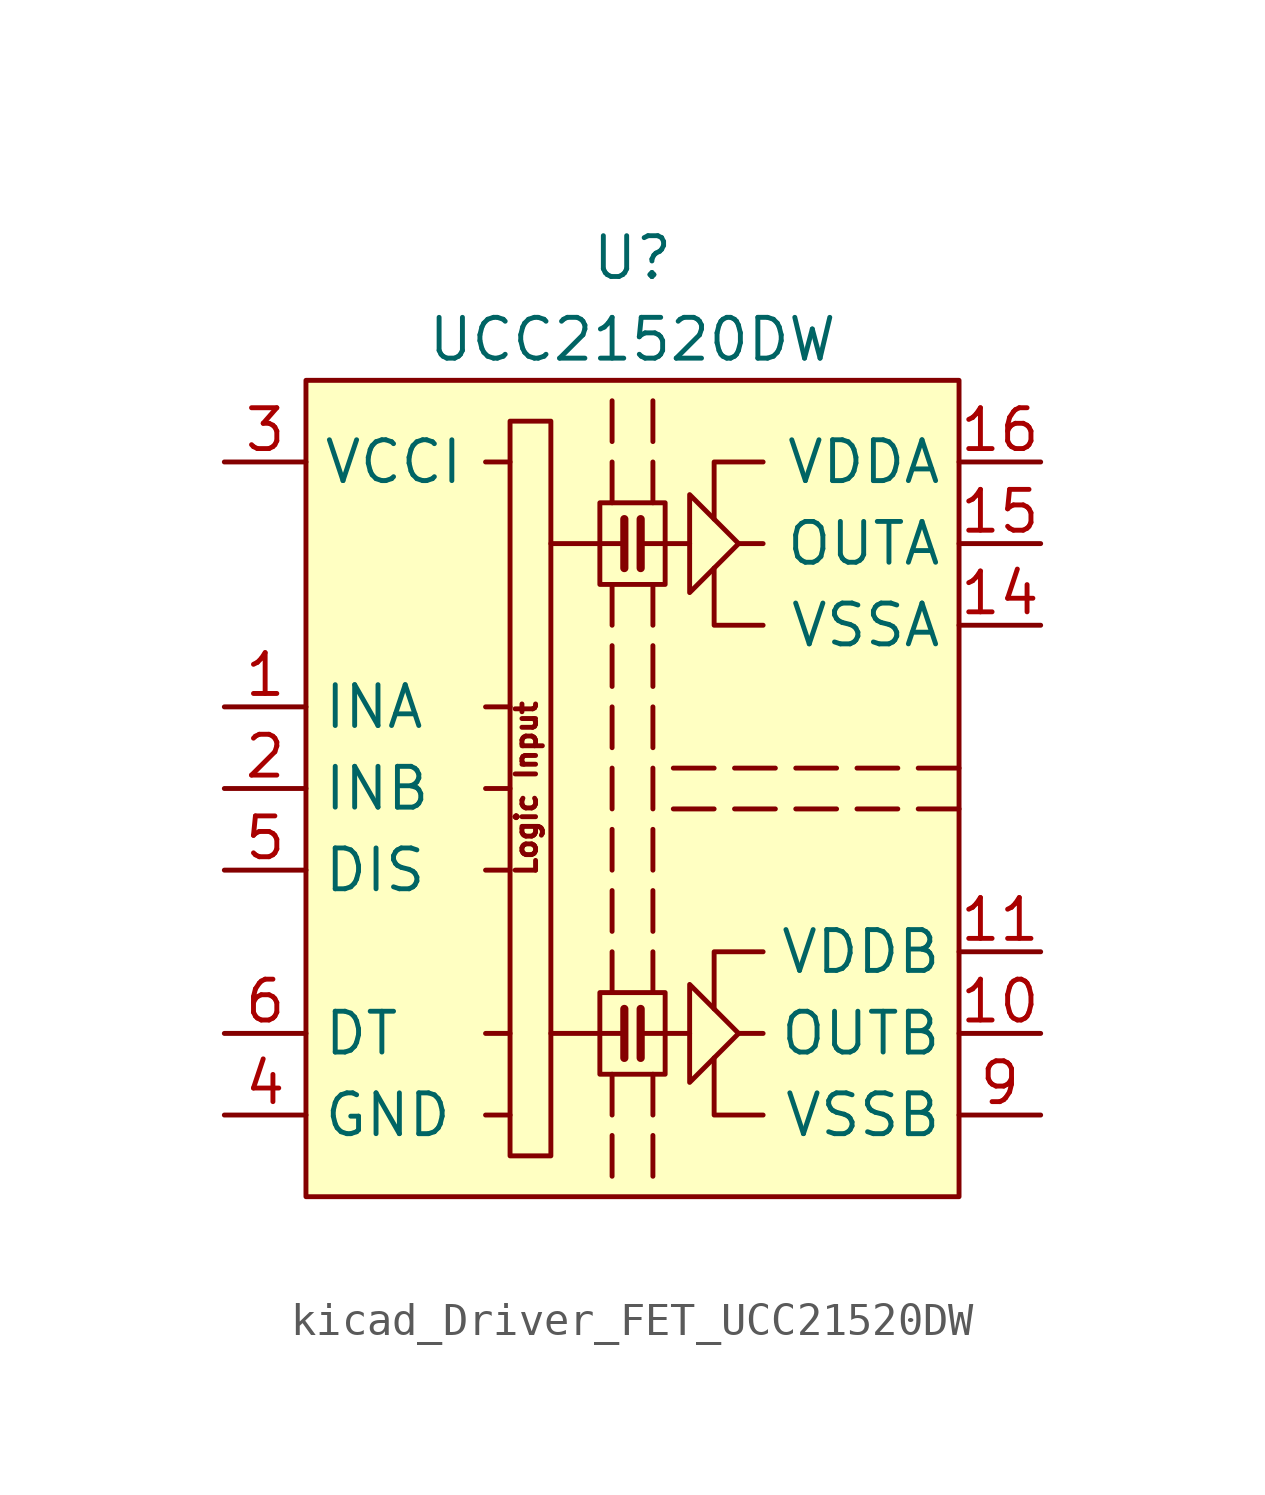
<source format=kicad_sym>
(kicad_symbol_lib
  (version 20220914)
  (generator kicad_symbol_editor)
  (symbol "kicad_Driver_FET_UCC21520DW"
    (property "Reference" "U"
      (at 0 16.51 0)
      (effects (font (size 1.27 1.27))))
    (property "Value" "UCC21520DW"
      (at 0 13.97 0)
      (effects (font (size 1.27 1.27))))
    (symbol "kicad_Driver_FET_UCC21520DW_0_0"
      (polyline (pts (xy -0.635 6.35) (xy -0.635 5.08)) (stroke (width 0) (type default)) (fill (type none)))
      (polyline (pts (xy -0.635 10.16) (xy -0.635 8.89)) (stroke (width 0) (type default)) (fill (type none)))
      (polyline (pts (xy -0.635 12.065) (xy -0.635 10.795)) (stroke (width 0) (type default)) (fill (type none)))
      (polyline (pts (xy -0.254 -7.62) (xy -2.54 -7.62)) (stroke (width 0) (type default)) (fill (type none)))
      (polyline (pts (xy -0.254 -6.858) (xy -0.254 -8.382)) (stroke (width 0.254) (type default)) (fill (type none)))
      (polyline (pts (xy -0.254 7.62) (xy -2.54 7.62)) (stroke (width 0) (type default)) (fill (type none)))
      (polyline (pts (xy -0.254 8.382) (xy -0.254 6.858)) (stroke (width 0.254) (type default)) (fill (type none)))
      (polyline (pts (xy 0.254 -7.62) (xy 1.778 -7.62)) (stroke (width 0) (type default)) (fill (type none)))
      (polyline (pts (xy 0.254 -6.858) (xy 0.254 -8.382)) (stroke (width 0.254) (type default)) (fill (type none)))
      (polyline (pts (xy 0.254 7.62) (xy 1.778 7.62)) (stroke (width 0) (type default)) (fill (type none)))
      (polyline (pts (xy 0.254 8.382) (xy 0.254 6.858)) (stroke (width 0.254) (type default)) (fill (type none)))
      (polyline (pts (xy 0.635 6.35) (xy 0.635 5.08)) (stroke (width 0) (type default)) (fill (type none)))
      (polyline (pts (xy 0.635 8.89) (xy 0.635 10.16)) (stroke (width 0) (type default)) (fill (type none)))
      (polyline (pts (xy 0.635 10.795) (xy 0.635 12.065)) (stroke (width 0) (type default)) (fill (type none)))
      (polyline (pts (xy 2.54 -0.635) (xy 1.27 -0.635)) (stroke (width 0) (type default)) (fill (type none)))
      (polyline (pts (xy 2.54 0.635) (xy 1.27 0.635)) (stroke (width 0) (type default)) (fill (type none)))
      (polyline (pts (xy 4.064 -7.62) (xy 3.302 -7.62)) (stroke (width 0) (type default)) (fill (type none)))
      (polyline (pts (xy 4.064 7.62) (xy 3.302 7.62)) (stroke (width 0) (type default)) (fill (type none)))
      (polyline (pts (xy 4.445 -0.635) (xy 3.175 -0.635)) (stroke (width 0) (type default)) (fill (type none)))
      (polyline (pts (xy 4.445 0.635) (xy 3.175 0.635)) (stroke (width 0) (type default)) (fill (type none)))
      (polyline (pts (xy 6.35 -0.635) (xy 5.08 -0.635)) (stroke (width 0) (type default)) (fill (type none)))
      (polyline (pts (xy 6.35 0.635) (xy 5.08 0.635)) (stroke (width 0) (type default)) (fill (type none)))
      (polyline (pts (xy 8.255 -0.635) (xy 6.985 -0.635)) (stroke (width 0) (type default)) (fill (type none)))
      (polyline (pts (xy 8.255 0.635) (xy 6.985 0.635)) (stroke (width 0) (type default)) (fill (type none)))
      (polyline (pts (xy 10.16 -0.635) (xy 8.89 -0.635)) (stroke (width 0) (type default)) (fill (type none)))
      (polyline (pts (xy 10.16 0.635) (xy 8.89 0.635)) (stroke (width 0) (type default)) (fill (type none)))
      (polyline (pts (xy 4.064 -10.16) (xy 2.54 -10.16) (xy 2.54 -8.382)) (stroke (width 0) (type default)) (fill (type none)))
      (polyline (pts (xy 4.064 -5.08) (xy 2.54 -5.08) (xy 2.54 -6.858)) (stroke (width 0) (type default)) (fill (type none)))
      (polyline (pts (xy 4.064 5.08) (xy 2.54 5.08) (xy 2.54 6.858)) (stroke (width 0) (type default)) (fill (type none)))
      (polyline (pts (xy 4.064 10.16) (xy 2.54 10.16) (xy 2.54 8.382)) (stroke (width 0) (type default)) (fill (type none)))
      (polyline (pts (xy 3.302 -7.62) (xy 1.778 -9.144) (xy 1.778 -6.096) (xy 3.302 -7.62)) (stroke (width 0) (type default)) (fill (type none)))
      (polyline (pts (xy 3.302 7.62) (xy 1.778 6.096) (xy 1.778 9.144) (xy 3.302 7.62)) (stroke (width 0) (type default)) (fill (type none)))
      (rectangle (start 1.016 -6.35) (end -1.016 -8.89) (stroke (width 0) (type default)) (fill (type none)))
      (rectangle (start 1.016 8.89) (end -1.016 6.35) (stroke (width 0) (type default)) (fill (type none)))
      (text "Logic Input" (at -3.302 0 900) (effects (font (size 0.635 0.635)))))
    (symbol "kicad_Driver_FET_UCC21520DW_0_1"
      (rectangle (start -3.81 11.43) (end -2.54 -11.43) (stroke (width 0) (type default)) (fill (type none)))
      (polyline (pts (xy -3.81 -10.16) (xy -4.572 -10.16)) (stroke (width 0) (type default)) (fill (type none)))
      (polyline (pts (xy -3.81 -7.62) (xy -4.572 -7.62)) (stroke (width 0) (type default)) (fill (type none)))
      (polyline (pts (xy -3.81 -2.54) (xy -4.572 -2.54)) (stroke (width 0) (type default)) (fill (type none)))
      (polyline (pts (xy -3.81 0) (xy -4.572 0)) (stroke (width 0) (type default)) (fill (type none)))
      (polyline (pts (xy -3.81 2.54) (xy -4.572 2.54)) (stroke (width 0) (type default)) (fill (type none)))
      (polyline (pts (xy -3.81 10.16) (xy -4.572 10.16)) (stroke (width 0) (type default)) (fill (type none)))
      (polyline (pts (xy -0.635 -10.795) (xy -0.635 -12.065)) (stroke (width 0) (type default)) (fill (type none)))
      (polyline (pts (xy -0.635 -8.89) (xy -0.635 -10.16)) (stroke (width 0) (type default)) (fill (type none)))
      (polyline (pts (xy -0.635 -5.08) (xy -0.635 -6.35)) (stroke (width 0) (type default)) (fill (type none)))
      (polyline (pts (xy -0.635 -3.175) (xy -0.635 -4.445)) (stroke (width 0) (type default)) (fill (type none)))
      (polyline (pts (xy -0.635 -1.27) (xy -0.635 -2.54)) (stroke (width 0) (type default)) (fill (type none)))
      (polyline (pts (xy -0.635 0.635) (xy -0.635 -0.635)) (stroke (width 0) (type default)) (fill (type none)))
      (polyline (pts (xy -0.635 2.54) (xy -0.635 1.27)) (stroke (width 0) (type default)) (fill (type none)))
      (polyline (pts (xy -0.635 4.445) (xy -0.635 3.175)) (stroke (width 0) (type default)) (fill (type none)))
      (polyline (pts (xy 0.635 -10.795) (xy 0.635 -12.065)) (stroke (width 0) (type default)) (fill (type none)))
      (polyline (pts (xy 0.635 -8.89) (xy 0.635 -10.16)) (stroke (width 0) (type default)) (fill (type none)))
      (polyline (pts (xy 0.635 -5.08) (xy 0.635 -6.35)) (stroke (width 0) (type default)) (fill (type none)))
      (polyline (pts (xy 0.635 -3.175) (xy 0.635 -4.445)) (stroke (width 0) (type default)) (fill (type none)))
      (polyline (pts (xy 0.635 -1.27) (xy 0.635 -2.54)) (stroke (width 0) (type default)) (fill (type none)))
      (polyline (pts (xy 0.635 0.635) (xy 0.635 -0.635)) (stroke (width 0) (type default)) (fill (type none)))
      (polyline (pts (xy 0.635 2.54) (xy 0.635 1.27)) (stroke (width 0) (type default)) (fill (type none)))
      (polyline (pts (xy 0.635 4.445) (xy 0.635 3.175)) (stroke (width 0) (type default)) (fill (type none)))
      (rectangle (start 10.16 12.7) (end -10.16 -12.7) (stroke (width 0) (type default)) (fill (type background))))
    (symbol "kicad_Driver_FET_UCC21520DW_1_1"
      (pin input line (at -12.7 2.54 0) (length 2.54) (name "INA" (effects (font (size 1.27 1.27)))) (number "1" (effects (font (size 1.27 1.27)))))
      (pin output line (at 12.7 -7.62 180) (length 2.54) (name "OUTB" (effects (font (size 1.27 1.27)))) (number "10" (effects (font (size 1.27 1.27)))))
      (pin power_in line (at 12.7 -5.08 180) (length 2.54) (name "VDDB" (effects (font (size 1.27 1.27)))) (number "11" (effects (font (size 1.27 1.27)))))
      (pin no_connect line (at 10.16 -2.54 180) (length 2.54) hide (name "NC" (effects (font (size 1.27 1.27)))) (number "12" (effects (font (size 1.27 1.27)))))
      (pin no_connect line (at 10.16 2.54 180) (length 2.54) hide (name "NC" (effects (font (size 1.27 1.27)))) (number "13" (effects (font (size 1.27 1.27)))))
      (pin power_in line (at 12.7 5.08 180) (length 2.54) (name "VSSA" (effects (font (size 1.27 1.27)))) (number "14" (effects (font (size 1.27 1.27)))))
      (pin output line (at 12.7 7.62 180) (length 2.54) (name "OUTA" (effects (font (size 1.27 1.27)))) (number "15" (effects (font (size 1.27 1.27)))))
      (pin power_in line (at 12.7 10.16 180) (length 2.54) (name "VDDA" (effects (font (size 1.27 1.27)))) (number "16" (effects (font (size 1.27 1.27)))))
      (pin input line (at -12.7 0 0) (length 2.54) (name "INB" (effects (font (size 1.27 1.27)))) (number "2" (effects (font (size 1.27 1.27)))))
      (pin power_in line (at -12.7 10.16 0) (length 2.54) (name "VCCI" (effects (font (size 1.27 1.27)))) (number "3" (effects (font (size 1.27 1.27)))))
      (pin power_in line (at -12.7 -10.16 0) (length 2.54) (name "GND" (effects (font (size 1.27 1.27)))) (number "4" (effects (font (size 1.27 1.27)))))
      (pin input line (at -12.7 -2.54 0) (length 2.54) (name "DIS" (effects (font (size 1.27 1.27)))) (number "5" (effects (font (size 1.27 1.27)))))
      (pin passive line (at -12.7 -7.62 0) (length 2.54) (name "DT" (effects (font (size 1.27 1.27)))) (number "6" (effects (font (size 1.27 1.27)))))
      (pin no_connect line (at -10.16 -5.08 0) (length 2.54) hide (name "NC" (effects (font (size 1.27 1.27)))) (number "7" (effects (font (size 1.27 1.27)))))
      (pin passive line (at -12.7 10.16 0) (length 2.54) hide (name "VCCI" (effects (font (size 1.27 1.27)))) (number "8" (effects (font (size 1.27 1.27)))))
      (pin power_in line (at 12.7 -10.16 180) (length 2.54) (name "VSSB" (effects (font (size 1.27 1.27)))) (number "9" (effects (font (size 1.27 1.27))))))))
</source>
